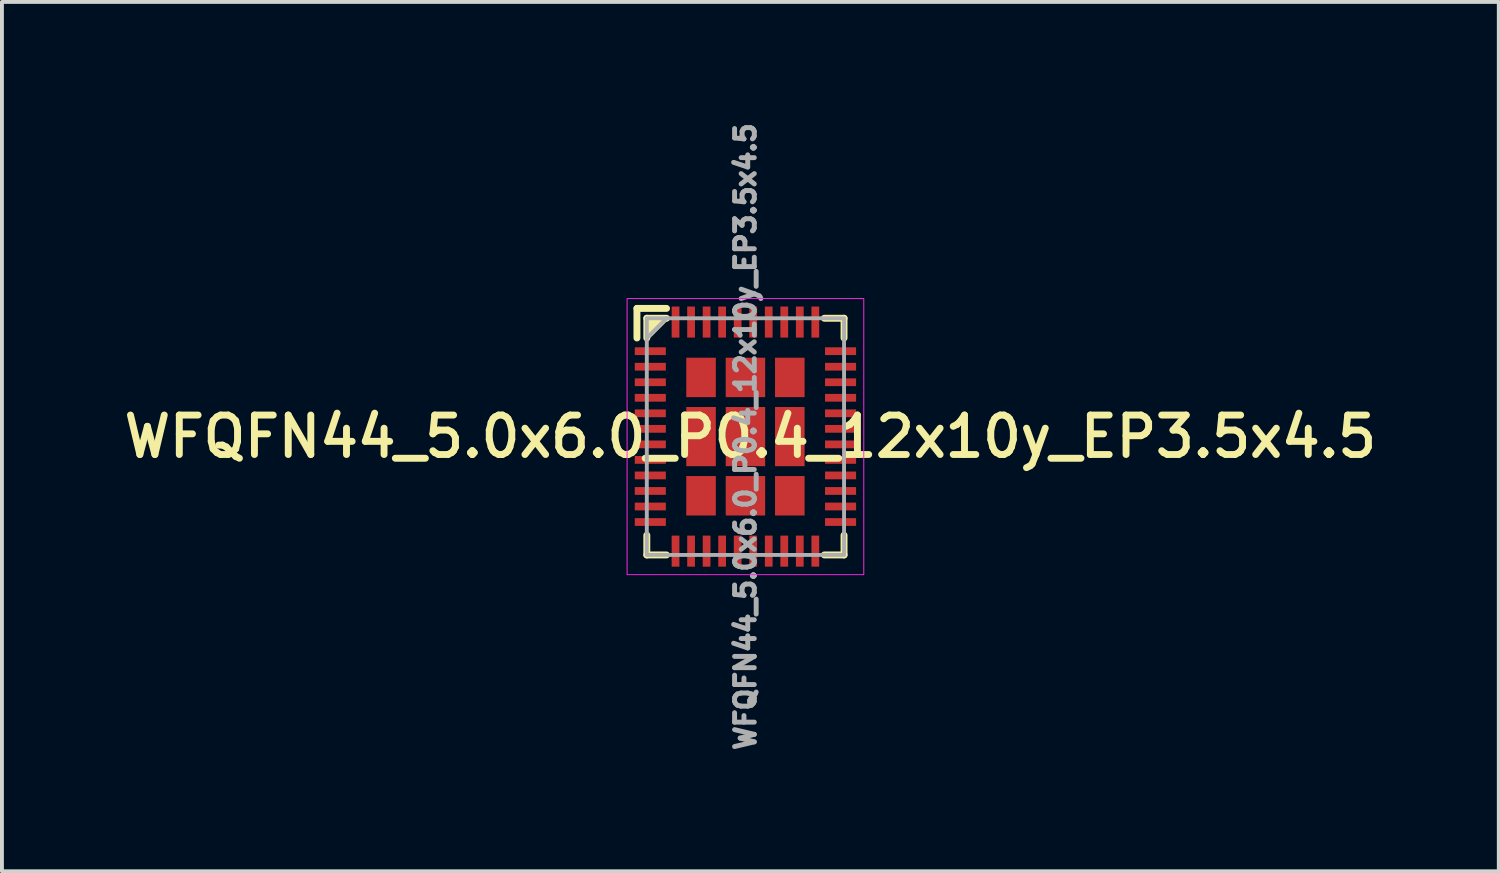
<source format=kicad_pcb>
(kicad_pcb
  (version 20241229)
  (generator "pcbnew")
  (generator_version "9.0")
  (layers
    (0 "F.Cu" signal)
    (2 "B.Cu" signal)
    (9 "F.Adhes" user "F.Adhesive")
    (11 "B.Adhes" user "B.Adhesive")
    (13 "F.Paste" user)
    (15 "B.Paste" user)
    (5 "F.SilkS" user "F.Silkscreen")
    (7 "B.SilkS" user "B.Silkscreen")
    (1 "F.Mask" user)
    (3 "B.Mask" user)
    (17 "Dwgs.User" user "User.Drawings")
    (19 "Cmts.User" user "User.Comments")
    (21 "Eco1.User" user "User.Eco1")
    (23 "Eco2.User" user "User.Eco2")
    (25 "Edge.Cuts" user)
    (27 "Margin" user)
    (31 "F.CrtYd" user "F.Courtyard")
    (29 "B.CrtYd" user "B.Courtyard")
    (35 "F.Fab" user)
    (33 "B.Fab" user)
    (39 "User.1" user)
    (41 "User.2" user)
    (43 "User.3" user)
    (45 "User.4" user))
  (footprint "WFQFN44_5.0x6.0_P0.4_12x10y_EP3.5x4.5"
    (layer "F.Cu")
    (at 16.149 8.195)
    (property "Reference" "WFQFN44_5.0x6.0_P0.4_12x10y_EP3.5x4.5" (at 0.127 0 0) (layer "F.SilkS") (effects (font (size 1.016 1.016) (thickness 0.178))))
    (attr smd)
    (fp_line (start -2.794 -3.302) (end -2.032 -3.302) (stroke (width 0.178) (type solid)) (layer "F.SilkS"))
    (fp_line (start -2.794 -2.54) (end -2.794 -3.302) (stroke (width 0.178) (type solid)) (layer "F.SilkS"))
    (fp_line (start -2.54 -3.048) (end -2.032 -3.048) (stroke (width 0.178) (type solid)) (layer "F.SilkS"))
    (fp_line (start -2.54 -2.54) (end -2.54 -3.048) (stroke (width 0.178) (type solid)) (layer "F.SilkS"))
    (fp_line (start -2.54 2.54) (end -2.54 3.048) (stroke (width 0.178) (type solid)) (layer "F.SilkS"))
    (fp_line (start -2.54 3.048) (end -2.032 3.048) (stroke (width 0.178) (type solid)) (layer "F.SilkS"))
    (fp_line (start 2.032 -3.048) (end 2.54 -3.048) (stroke (width 0.178) (type solid)) (layer "F.SilkS"))
    (fp_line (start 2.54 -3.048) (end 2.54 -2.54) (stroke (width 0.178) (type solid)) (layer "F.SilkS"))
    (fp_line (start 2.54 2.54) (end 2.54 3.048) (stroke (width 0.178) (type solid)) (layer "F.SilkS"))
    (fp_line (start 2.54 3.048) (end 2.032 3.048) (stroke (width 0.178) (type solid)) (layer "F.SilkS"))
    (fp_poly (pts (xy -2.54 -2.54) (xy -2.54 -3.048) (xy -2.032 -3.048)) (stroke (width 0.12) (type solid)) (fill yes) (layer "F.SilkS"))
    (fp_rect (start -3.048 -3.556) (end 3.048 3.556) (stroke (width 0.025) (type solid)) (fill no) (layer "F.CrtYd"))
    (fp_line (start -2.54 -2.54) (end -2.032 -3.048) (stroke (width 0.1) (type solid)) (layer "F.Fab"))
    (fp_rect (start -2.54 -3.048) (end 2.54 3.048) (stroke (width 0.1) (type solid)) (fill no) (layer "F.Fab"))
    (fp_text user "${REFERENCE}" (at 0 0 90) (layer "F.Fab") (effects (font (size 0.508 0.508) (thickness 0.127))))
    (pad "1" smd rect (at -2.45 -2.2) (size 0.8 0.2) (layers "F.Cu" "F.Mask" "F.Paste"))
    (pad "2" smd rect (at -2.45 -1.8) (size 0.8 0.2) (layers "F.Cu" "F.Mask" "F.Paste"))
    (pad "3" smd rect (at -2.45 -1.4) (size 0.8 0.2) (layers "F.Cu" "F.Mask" "F.Paste"))
    (pad "4" smd rect (at -2.45 -1) (size 0.8 0.2) (layers "F.Cu" "F.Mask" "F.Paste"))
    (pad "5" smd rect (at -2.45 -0.6) (size 0.8 0.2) (layers "F.Cu" "F.Mask" "F.Paste"))
    (pad "6" smd rect (at -2.45 -0.2) (size 0.8 0.2) (layers "F.Cu" "F.Mask" "F.Paste"))
    (pad "7" smd rect (at -2.45 0.2) (size 0.8 0.2) (layers "F.Cu" "F.Mask" "F.Paste"))
    (pad "8" smd rect (at -2.45 0.6) (size 0.8 0.2) (layers "F.Cu" "F.Mask" "F.Paste"))
    (pad "9" smd rect (at -2.45 1) (size 0.8 0.2) (layers "F.Cu" "F.Mask" "F.Paste"))
    (pad "10" smd rect (at -2.45 1.4) (size 0.8 0.2) (layers "F.Cu" "F.Mask" "F.Paste"))
    (pad "11" smd rect (at -2.45 1.8) (size 0.8 0.2) (layers "F.Cu" "F.Mask" "F.Paste"))
    (pad "12" smd rect (at -2.45 2.2) (size 0.8 0.2) (layers "F.Cu" "F.Mask" "F.Paste"))
    (pad "13" smd rect (at -1.8 2.95) (size 0.2 0.8) (layers "F.Cu" "F.Mask" "F.Paste"))
    (pad "14" smd rect (at -1.4 2.95) (size 0.2 0.8) (layers "F.Cu" "F.Mask" "F.Paste"))
    (pad "15" smd rect (at -1 2.95) (size 0.2 0.8) (layers "F.Cu" "F.Mask" "F.Paste"))
    (pad "16" smd rect (at -0.6 2.95) (size 0.2 0.8) (layers "F.Cu" "F.Mask" "F.Paste"))
    (pad "17" smd rect (at -0.2 2.95) (size 0.2 0.8) (layers "F.Cu" "F.Mask" "F.Paste"))
    (pad "18" smd rect (at 0.2 2.95) (size 0.2 0.8) (layers "F.Cu" "F.Mask" "F.Paste"))
    (pad "19" smd rect (at 0.6 2.95) (size 0.2 0.8) (layers "F.Cu" "F.Mask" "F.Paste"))
    (pad "20" smd rect (at 1 2.95) (size 0.2 0.8) (layers "F.Cu" "F.Mask" "F.Paste"))
    (pad "21" smd rect (at 1.4 2.95) (size 0.2 0.8) (layers "F.Cu" "F.Mask" "F.Paste"))
    (pad "22" smd rect (at 1.8 2.95) (size 0.2 0.8) (layers "F.Cu" "F.Mask" "F.Paste"))
    (pad "23" smd rect (at 2.45 2.2) (size 0.8 0.2) (layers "F.Cu" "F.Mask" "F.Paste"))
    (pad "24" smd rect (at 2.45 1.8) (size 0.8 0.2) (layers "F.Cu" "F.Mask" "F.Paste"))
    (pad "25" smd rect (at 2.45 1.4) (size 0.8 0.2) (layers "F.Cu" "F.Mask" "F.Paste"))
    (pad "26" smd rect (at 2.45 1) (size 0.8 0.2) (layers "F.Cu" "F.Mask" "F.Paste"))
    (pad "27" smd rect (at 2.45 0.6) (size 0.8 0.2) (layers "F.Cu" "F.Mask" "F.Paste"))
    (pad "28" smd rect (at 2.45 0.2) (size 0.8 0.2) (layers "F.Cu" "F.Mask" "F.Paste"))
    (pad "29" smd rect (at 2.45 -0.2) (size 0.8 0.2) (layers "F.Cu" "F.Mask" "F.Paste"))
    (pad "30" smd rect (at 2.45 -0.6) (size 0.8 0.2) (layers "F.Cu" "F.Mask" "F.Paste"))
    (pad "31" smd rect (at 2.45 -1) (size 0.8 0.2) (layers "F.Cu" "F.Mask" "F.Paste"))
    (pad "32" smd rect (at 2.45 -1.4) (size 0.8 0.2) (layers "F.Cu" "F.Mask" "F.Paste"))
    (pad "33" smd rect (at 2.45 -1.8) (size 0.8 0.2) (layers "F.Cu" "F.Mask" "F.Paste"))
    (pad "34" smd rect (at 2.45 -2.2) (size 0.8 0.2) (layers "F.Cu" "F.Mask" "F.Paste"))
    (pad "35" smd rect (at 1.8 -2.95) (size 0.2 0.8) (layers "F.Cu" "F.Mask" "F.Paste"))
    (pad "36" smd rect (at 1.4 -2.95) (size 0.2 0.8) (layers "F.Cu" "F.Mask" "F.Paste"))
    (pad "37" smd rect (at 1 -2.95) (size 0.2 0.8) (layers "F.Cu" "F.Mask" "F.Paste"))
    (pad "38" smd rect (at 0.6 -2.95) (size 0.2 0.8) (layers "F.Cu" "F.Mask" "F.Paste"))
    (pad "39" smd rect (at 0.2 -2.95) (size 0.2 0.8) (layers "F.Cu" "F.Mask" "F.Paste"))
    (pad "40" smd rect (at -0.2 -2.95) (size 0.2 0.8) (layers "F.Cu" "F.Mask" "F.Paste"))
    (pad "41" smd rect (at -0.6 -2.95) (size 0.2 0.8) (layers "F.Cu" "F.Mask" "F.Paste"))
    (pad "42" smd rect (at -1 -2.95) (size 0.2 0.8) (layers "F.Cu" "F.Mask" "F.Paste"))
    (pad "43" smd rect (at -1.4 -2.95) (size 0.2 0.8) (layers "F.Cu" "F.Mask" "F.Paste"))
    (pad "44" smd rect (at -1.8 -2.95) (size 0.2 0.8) (layers "F.Cu" "F.Mask" "F.Paste"))
    (pad "45" smd rect (at -1.143 -1.524) (size 0.762 1.016) (layers "F.Cu" "F.Mask" "F.Paste"))
    (pad "45" smd rect (at -1.143 0) (size 0.762 1.524) (layers "F.Cu" "F.Mask" "F.Paste"))
    (pad "45" smd rect (at -1.143 1.524) (size 0.762 1.016) (layers "F.Cu" "F.Mask" "F.Paste"))
    (pad "45" smd rect (at 0 -1.524) (size 1.016 1.016) (layers "F.Cu" "F.Mask" "F.Paste"))
    (pad "45" smd rect (at 0 0) (size 1.016 1.524) (layers "F.Cu" "F.Mask" "F.Paste"))
    (pad "45" smd rect (at 0 1.524) (size 1.016 1.016) (layers "F.Cu" "F.Mask" "F.Paste"))
    (pad "45" smd rect (at 1.143 -1.524) (size 0.762 1.016) (layers "F.Cu" "F.Mask" "F.Paste"))
    (pad "45" smd rect (at 1.143 0) (size 0.762 1.524) (layers "F.Cu" "F.Mask" "F.Paste"))
    (pad "45" smd rect (at 1.143 1.524) (size 0.762 1.016) (layers "F.Cu" "F.Mask" "F.Paste")))
  (gr_rect
    (start -3 -3)
    (end 35.552 19.39)
    (stroke (width 0.1) (type default))
    (fill no)
    (layer "Edge.Cuts")))
</source>
